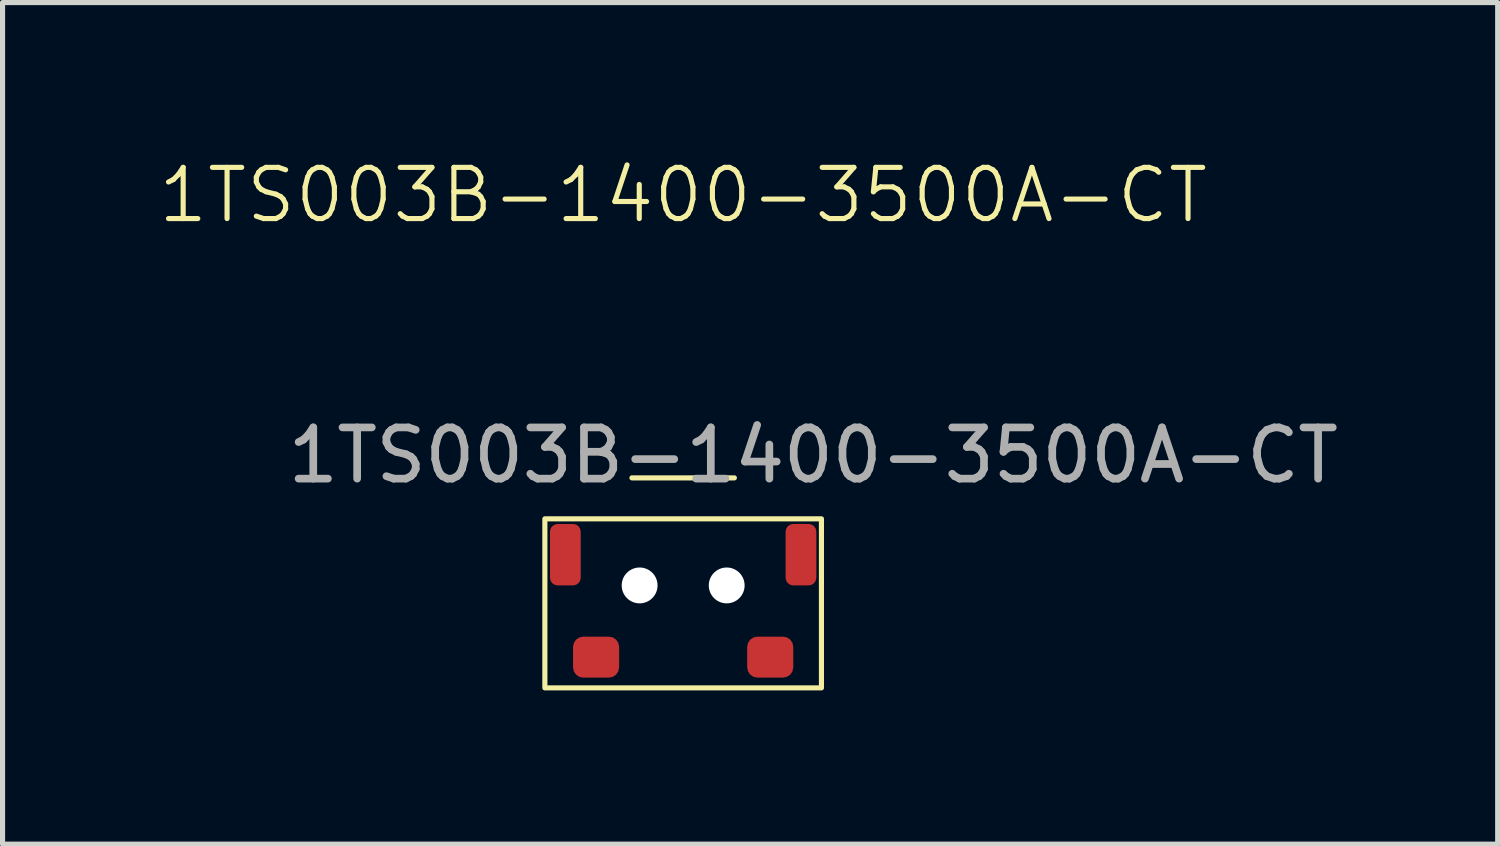
<source format=kicad_pcb>
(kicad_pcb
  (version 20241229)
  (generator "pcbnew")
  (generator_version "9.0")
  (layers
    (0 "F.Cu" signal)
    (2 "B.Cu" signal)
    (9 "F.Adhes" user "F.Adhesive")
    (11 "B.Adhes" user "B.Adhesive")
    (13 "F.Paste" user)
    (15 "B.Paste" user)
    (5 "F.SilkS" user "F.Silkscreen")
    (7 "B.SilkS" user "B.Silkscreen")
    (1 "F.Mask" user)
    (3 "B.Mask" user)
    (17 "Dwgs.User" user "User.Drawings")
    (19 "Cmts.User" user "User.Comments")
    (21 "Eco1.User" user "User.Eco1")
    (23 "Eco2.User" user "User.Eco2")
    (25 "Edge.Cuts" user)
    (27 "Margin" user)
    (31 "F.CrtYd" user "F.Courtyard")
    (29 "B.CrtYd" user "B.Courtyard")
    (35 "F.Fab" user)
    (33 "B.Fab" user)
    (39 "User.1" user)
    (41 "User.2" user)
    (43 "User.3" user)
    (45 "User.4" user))
  (footprint "1TS003B-1400-3500A-CT"
    (layer "F.Cu")
    (at 10.288 8.38)
    (property "Reference" "1TS003B-1400-3500A-CT" (at 0 -7.62 0) (unlocked yes) (layer "F.SilkS") (effects (font (size 1 1) (thickness 0.1))))
    (attr smd)
    (fp_line (start -1 -2.1) (end 1 -2.1) (stroke (width 0.1) (type default)) (layer "F.SilkS"))
    (fp_rect (start -2.7 -1.3) (end 2.7 2) (stroke (width 0.1) (type default)) (fill no) (layer "F.SilkS"))
    (fp_text user "${REFERENCE}" (at 2.54 -2.54 0) (unlocked yes) (layer "F.Fab") (effects (font (size 1 1) (thickness 0.15))))
    (pad "" np_thru_hole circle (at -0.85 0 90) (size 0.7 0.7) (drill 0.7) (layers "*.Cu" "*.Mask"))
    (pad "" np_thru_hole circle (at 0.85 0 90) (size 0.7 0.7) (drill 0.7) (layers "*.Cu" "*.Mask"))
    (pad "1" smd roundrect (at -2.3 -0.6) (size 0.6 1.2) (layers "F.Cu" "F.Mask" "F.Paste") (roundrect_rratio 0.25))
    (pad "1" smd roundrect (at 2.3 -0.6) (size 0.6 1.2) (layers "F.Cu" "F.Mask" "F.Paste") (roundrect_rratio 0.25))
    (pad "2" smd roundrect (at -1.7 1.4 180) (size 0.9 0.8) (layers "F.Cu" "F.Mask" "F.Paste") (roundrect_rratio 0.25))
    (pad "2" smd roundrect (at 1.7 1.4 180) (size 0.9 0.8) (layers "F.Cu" "F.Mask" "F.Paste") (roundrect_rratio 0.25)))
  (gr_rect
    (start -3 -3)
    (end 26.191 13.431)
    (stroke (width 0.1) (type default))
    (fill no)
    (layer "Edge.Cuts")))
</source>
